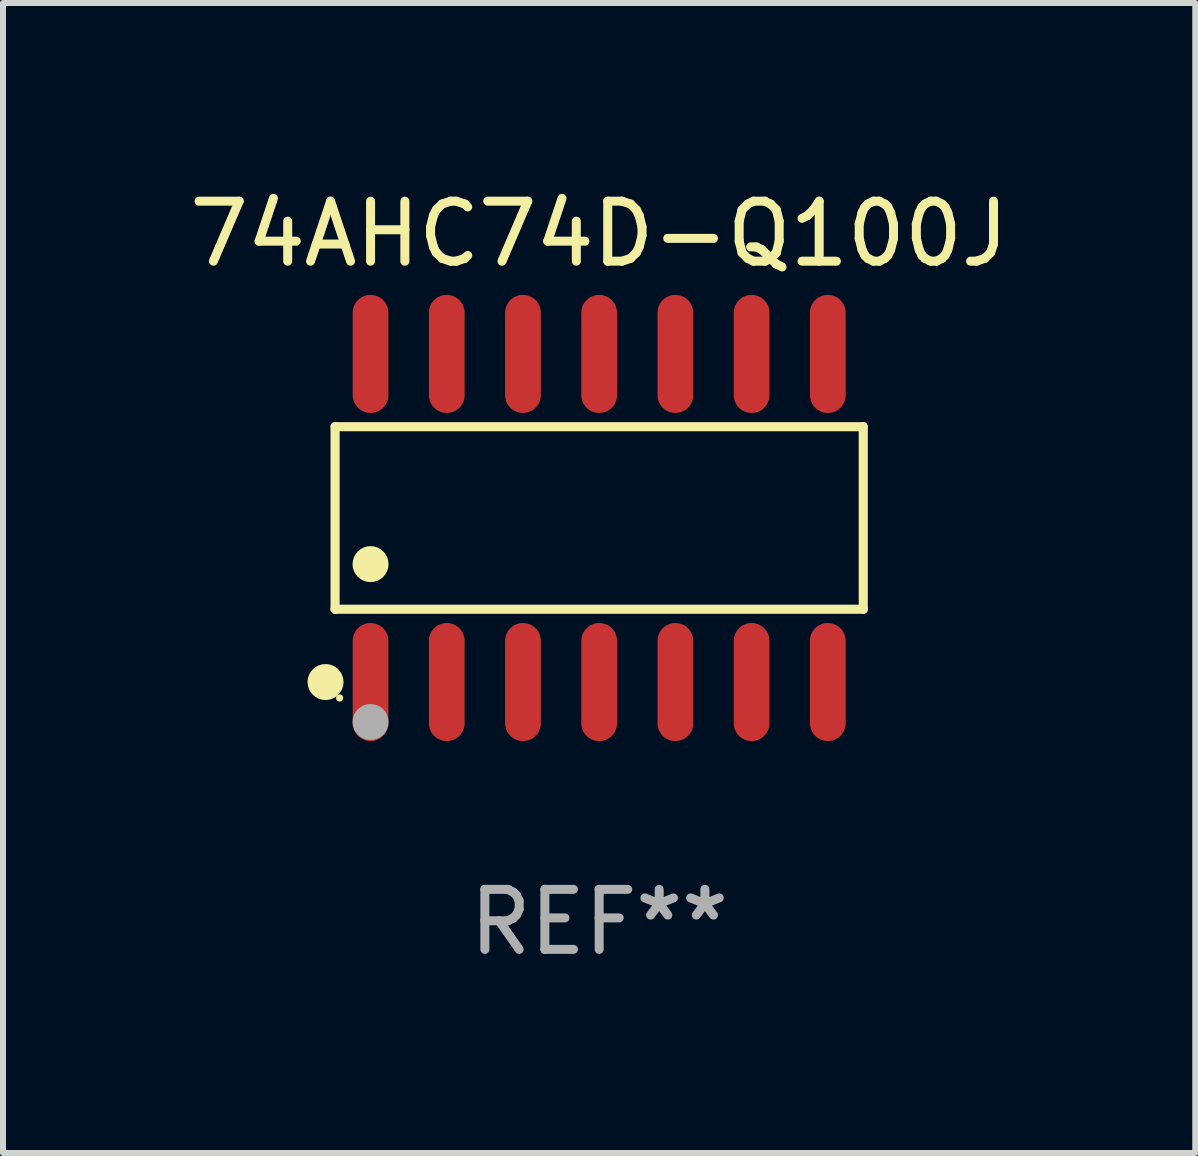
<source format=kicad_pcb>
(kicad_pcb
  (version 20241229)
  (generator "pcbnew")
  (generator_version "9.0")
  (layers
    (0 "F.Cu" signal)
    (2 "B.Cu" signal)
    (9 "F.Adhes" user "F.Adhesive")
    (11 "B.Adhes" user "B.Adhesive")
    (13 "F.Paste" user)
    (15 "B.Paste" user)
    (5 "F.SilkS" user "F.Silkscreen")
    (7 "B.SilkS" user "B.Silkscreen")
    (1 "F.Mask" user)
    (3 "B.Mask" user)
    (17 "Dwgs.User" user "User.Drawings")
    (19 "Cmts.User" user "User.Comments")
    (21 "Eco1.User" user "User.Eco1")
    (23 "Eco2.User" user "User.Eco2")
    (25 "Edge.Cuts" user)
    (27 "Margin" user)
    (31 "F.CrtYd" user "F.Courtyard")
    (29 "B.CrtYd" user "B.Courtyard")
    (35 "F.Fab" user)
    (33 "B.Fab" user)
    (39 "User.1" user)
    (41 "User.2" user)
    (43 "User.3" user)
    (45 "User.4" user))
  (footprint "74AHC74D-Q100J"
    (layer "F.Cu")
    (at 6.935 5.582)
    (property "Reference" "74AHC74D-Q100J" (at 0 -4.734 0) (layer "F.SilkS") (effects (font (size 1 1) (thickness 0.15))))
    (attr through_hole)
    (fp_line (start -4.401 -1.521) (end 4.401 -1.521) (stroke (width 0.152) (type solid)) (layer "F.SilkS"))
    (fp_line (start -4.401 1.521) (end -4.401 -1.521) (stroke (width 0.152) (type solid)) (layer "F.SilkS"))
    (fp_line (start 4.401 -1.521) (end 4.401 1.521) (stroke (width 0.152) (type solid)) (layer "F.SilkS"))
    (fp_line (start 4.401 1.521) (end -4.401 1.521) (stroke (width 0.152) (type solid)) (layer "F.SilkS"))
    (fp_circle (center -4.56 2.734) (end -4.41 2.734) (stroke (width 0.3) (type solid)) (fill no) (layer "F.SilkS"))
    (fp_circle (center -4.325 3) (end -4.295 3) (stroke (width 0.06) (type solid)) (fill no) (layer "F.SilkS"))
    (fp_circle (center -3.81 0.769) (end -3.66 0.769) (stroke (width 0.3) (type solid)) (fill no) (layer "F.SilkS"))
    (fp_circle (center -3.81 3.4) (end -3.66 3.4) (stroke (width 0.3) (type solid)) (fill no) (layer "F.Fab"))
    (fp_text user "REF**" (at 0 6.734 0) (layer "F.Fab") (effects (font (size 1 1) (thickness 0.15))))
    (pad "1" smd oval (at -3.81 2.734) (size 0.595 1.968) (layers "F.Cu" "F.Mask" "F.Paste"))
    (pad "2" smd oval (at -2.54 2.734) (size 0.595 1.968) (layers "F.Cu" "F.Mask" "F.Paste"))
    (pad "3" smd oval (at -1.27 2.734) (size 0.595 1.968) (layers "F.Cu" "F.Mask" "F.Paste"))
    (pad "4" smd oval (at 0 2.734) (size 0.595 1.968) (layers "F.Cu" "F.Mask" "F.Paste"))
    (pad "5" smd oval (at 1.27 2.734) (size 0.595 1.968) (layers "F.Cu" "F.Mask" "F.Paste"))
    (pad "6" smd oval (at 2.54 2.734) (size 0.595 1.968) (layers "F.Cu" "F.Mask" "F.Paste"))
    (pad "7" smd oval (at 3.81 2.734) (size 0.595 1.968) (layers "F.Cu" "F.Mask" "F.Paste"))
    (pad "8" smd oval (at 3.81 -2.734) (size 0.595 1.968) (layers "F.Cu" "F.Mask" "F.Paste"))
    (pad "9" smd oval (at 2.54 -2.734) (size 0.595 1.968) (layers "F.Cu" "F.Mask" "F.Paste"))
    (pad "10" smd oval (at 1.27 -2.734) (size 0.595 1.968) (layers "F.Cu" "F.Mask" "F.Paste"))
    (pad "11" smd oval (at 0 -2.734) (size 0.595 1.968) (layers "F.Cu" "F.Mask" "F.Paste"))
    (pad "12" smd oval (at -1.27 -2.734) (size 0.595 1.968) (layers "F.Cu" "F.Mask" "F.Paste"))
    (pad "13" smd oval (at -2.54 -2.734) (size 0.595 1.968) (layers "F.Cu" "F.Mask" "F.Paste"))
    (pad "14" smd oval (at -3.81 -2.734) (size 0.595 1.968) (layers "F.Cu" "F.Mask" "F.Paste")))
  (gr_rect
    (start -3 -3)
    (end 16.869 16.164)
    (stroke (width 0.1) (type default))
    (fill no)
    (layer "Edge.Cuts")))
</source>
